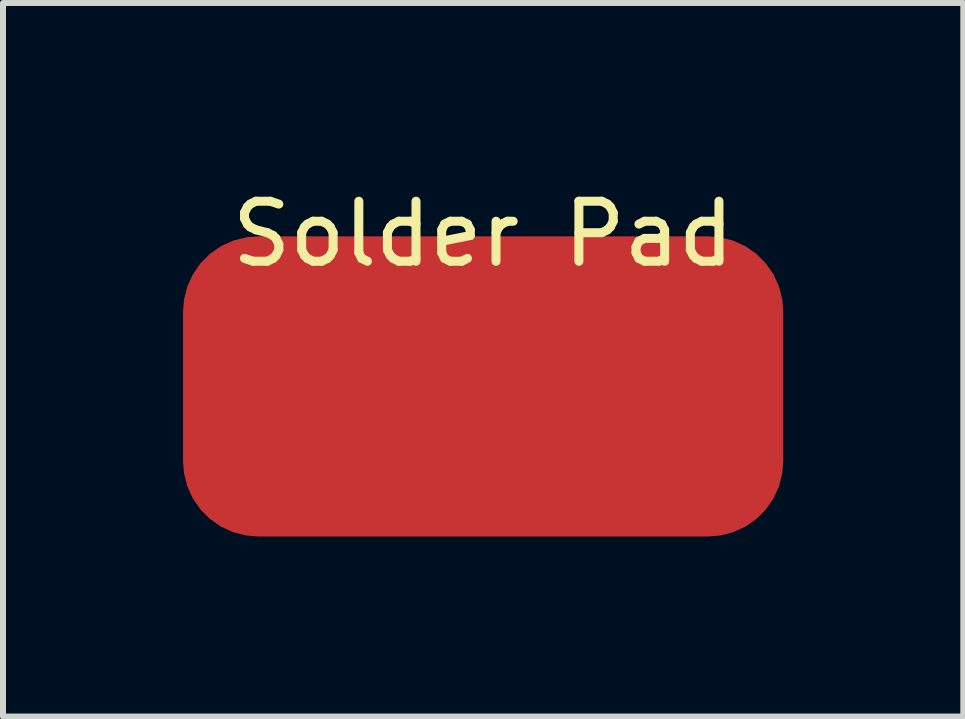
<source format=kicad_pcb>
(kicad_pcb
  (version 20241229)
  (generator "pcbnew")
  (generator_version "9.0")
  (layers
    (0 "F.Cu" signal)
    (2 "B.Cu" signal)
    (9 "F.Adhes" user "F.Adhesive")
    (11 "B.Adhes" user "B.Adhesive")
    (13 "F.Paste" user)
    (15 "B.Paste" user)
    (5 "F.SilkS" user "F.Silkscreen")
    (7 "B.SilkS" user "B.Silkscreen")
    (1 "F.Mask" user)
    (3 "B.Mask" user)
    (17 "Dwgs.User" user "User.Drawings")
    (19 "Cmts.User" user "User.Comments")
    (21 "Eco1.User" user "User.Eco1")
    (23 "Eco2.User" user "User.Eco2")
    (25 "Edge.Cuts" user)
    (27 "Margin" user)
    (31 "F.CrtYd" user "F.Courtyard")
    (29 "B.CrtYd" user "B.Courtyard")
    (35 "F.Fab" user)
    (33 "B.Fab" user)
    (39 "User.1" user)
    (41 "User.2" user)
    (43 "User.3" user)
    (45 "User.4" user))
  (footprint "Solder Pad"
    (layer "F.Cu")
    (at 5 3.388)
    (property "Reference" "Solder Pad" (at 0 -2.54 0) (unlocked yes) (layer "F.SilkS") (effects (font (size 1 1) (thickness 0.15))))
    (attr smd)
    (pad "1" smd roundrect (at 0 0) (size 10 5) (layers "F.Cu" "F.Mask" "F.Paste") (roundrect_rratio 0.25)))
  (gr_rect
    (start -3 -3)
    (end 13 8.888)
    (stroke (width 0.1) (type default))
    (fill no)
    (layer "Edge.Cuts")))
</source>
